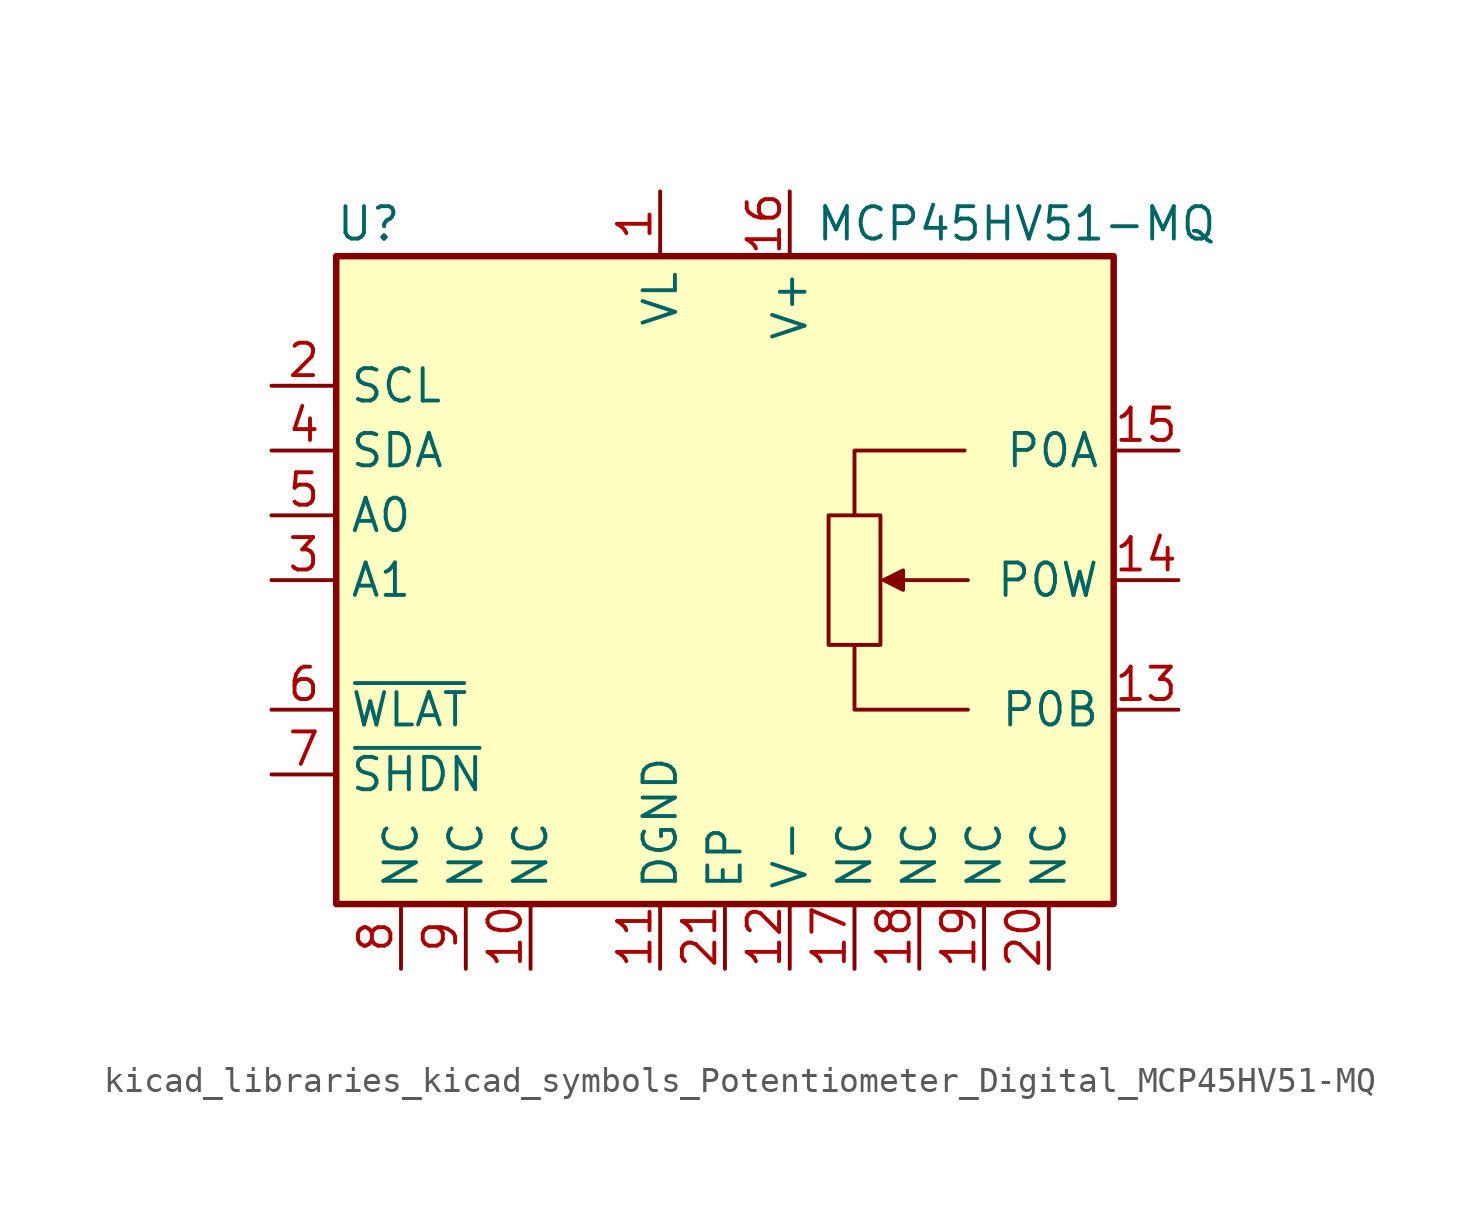
<source format=kicad_sym>
(kicad_symbol_lib
  (version 20220914)
  (generator kicad_symbol_editor)
  (symbol "kicad_libraries_kicad_symbols_Potentiometer_Digital_MCP45HV51-MQ"
    (property "Reference" "U"
      (at -13.97 13.97 0)
      (effects (font (size 1.27 1.27))))
    (property "Value" "MCP45HV51-MQ"
      (at 11.43 13.97 0)
      (effects (font (size 1.27 1.27))))
    (symbol "kicad_libraries_kicad_symbols_Potentiometer_Digital_MCP45HV51-MQ_0_1"
      (polyline (pts (xy 9.525 0) (xy 6.223 0)) (stroke (width 0) (type default)) (fill (type none)))
      (polyline (pts (xy 5.08 -2.54) (xy 5.08 -5.08) (xy 9.525 -5.08)) (stroke (width 0) (type default)) (fill (type none)))
      (polyline (pts (xy 5.08 2.54) (xy 5.08 5.08) (xy 9.398 5.08)) (stroke (width 0) (type default)) (fill (type none)))
      (polyline (pts (xy 6.223 0) (xy 6.985 0.381) (xy 6.985 -0.381) (xy 6.223 0)) (stroke (width 0) (type default)) (fill (type outline)))
      (rectangle (start 6.096 2.54) (end 4.064 -2.54) (stroke (width 0) (type default)) (fill (type none))))
    (symbol "kicad_libraries_kicad_symbols_Potentiometer_Digital_MCP45HV51-MQ_1_1"
      (rectangle (start -15.24 12.7) (end 15.24 -12.7) (stroke (width 0.254) (type default)) (fill (type background)))
      (pin power_in line (at -2.54 15.24 270) (length 2.54) (name "VL" (effects (font (size 1.27 1.27)))) (number "1" (effects (font (size 1.27 1.27)))))
      (pin passive line (at -7.62 -15.24 90) (length 2.54) (name "NC" (effects (font (size 1.27 1.27)))) (number "10" (effects (font (size 1.27 1.27)))))
      (pin power_in line (at -2.54 -15.24 90) (length 2.54) (name "DGND" (effects (font (size 1.27 1.27)))) (number "11" (effects (font (size 1.27 1.27)))))
      (pin power_in line (at 2.54 -15.24 90) (length 2.54) (name "V-" (effects (font (size 1.27 1.27)))) (number "12" (effects (font (size 1.27 1.27)))))
      (pin passive line (at 17.78 -5.08 180) (length 2.54) (name "P0B" (effects (font (size 1.27 1.27)))) (number "13" (effects (font (size 1.27 1.27)))))
      (pin passive line (at 17.78 0 180) (length 2.54) (name "P0W" (effects (font (size 1.27 1.27)))) (number "14" (effects (font (size 1.27 1.27)))))
      (pin passive line (at 17.78 5.08 180) (length 2.54) (name "P0A" (effects (font (size 1.27 1.27)))) (number "15" (effects (font (size 1.27 1.27)))))
      (pin power_in line (at 2.54 15.24 270) (length 2.54) (name "V+" (effects (font (size 1.27 1.27)))) (number "16" (effects (font (size 1.27 1.27)))))
      (pin passive line (at 5.08 -15.24 90) (length 2.54) (name "NC" (effects (font (size 1.27 1.27)))) (number "17" (effects (font (size 1.27 1.27)))))
      (pin passive line (at 7.62 -15.24 90) (length 2.54) (name "NC" (effects (font (size 1.27 1.27)))) (number "18" (effects (font (size 1.27 1.27)))))
      (pin passive line (at 10.16 -15.24 90) (length 2.54) (name "NC" (effects (font (size 1.27 1.27)))) (number "19" (effects (font (size 1.27 1.27)))))
      (pin input line (at -17.78 7.62 0) (length 2.54) (name "SCL" (effects (font (size 1.27 1.27)))) (number "2" (effects (font (size 1.27 1.27)))))
      (pin passive line (at 12.7 -15.24 90) (length 2.54) (name "NC" (effects (font (size 1.27 1.27)))) (number "20" (effects (font (size 1.27 1.27)))))
      (pin power_in line (at 0 -15.24 90) (length 2.54) (name "EP" (effects (font (size 1.27 1.27)))) (number "21" (effects (font (size 1.27 1.27)))))
      (pin input line (at -17.78 0 0) (length 2.54) (name "A1" (effects (font (size 1.27 1.27)))) (number "3" (effects (font (size 1.27 1.27)))))
      (pin bidirectional line (at -17.78 5.08 0) (length 2.54) (name "SDA" (effects (font (size 1.27 1.27)))) (number "4" (effects (font (size 1.27 1.27)))))
      (pin input line (at -17.78 2.54 0) (length 2.54) (name "A0" (effects (font (size 1.27 1.27)))) (number "5" (effects (font (size 1.27 1.27)))))
      (pin input line (at -17.78 -5.08 0) (length 2.54) (name "~{WLAT}" (effects (font (size 1.27 1.27)))) (number "6" (effects (font (size 1.27 1.27)))))
      (pin input line (at -17.78 -7.62 0) (length 2.54) (name "~{SHDN}" (effects (font (size 1.27 1.27)))) (number "7" (effects (font (size 1.27 1.27)))))
      (pin passive line (at -12.7 -15.24 90) (length 2.54) (name "NC" (effects (font (size 1.27 1.27)))) (number "8" (effects (font (size 1.27 1.27)))))
      (pin passive line (at -10.16 -15.24 90) (length 2.54) (name "NC" (effects (font (size 1.27 1.27)))) (number "9" (effects (font (size 1.27 1.27))))))))
</source>
